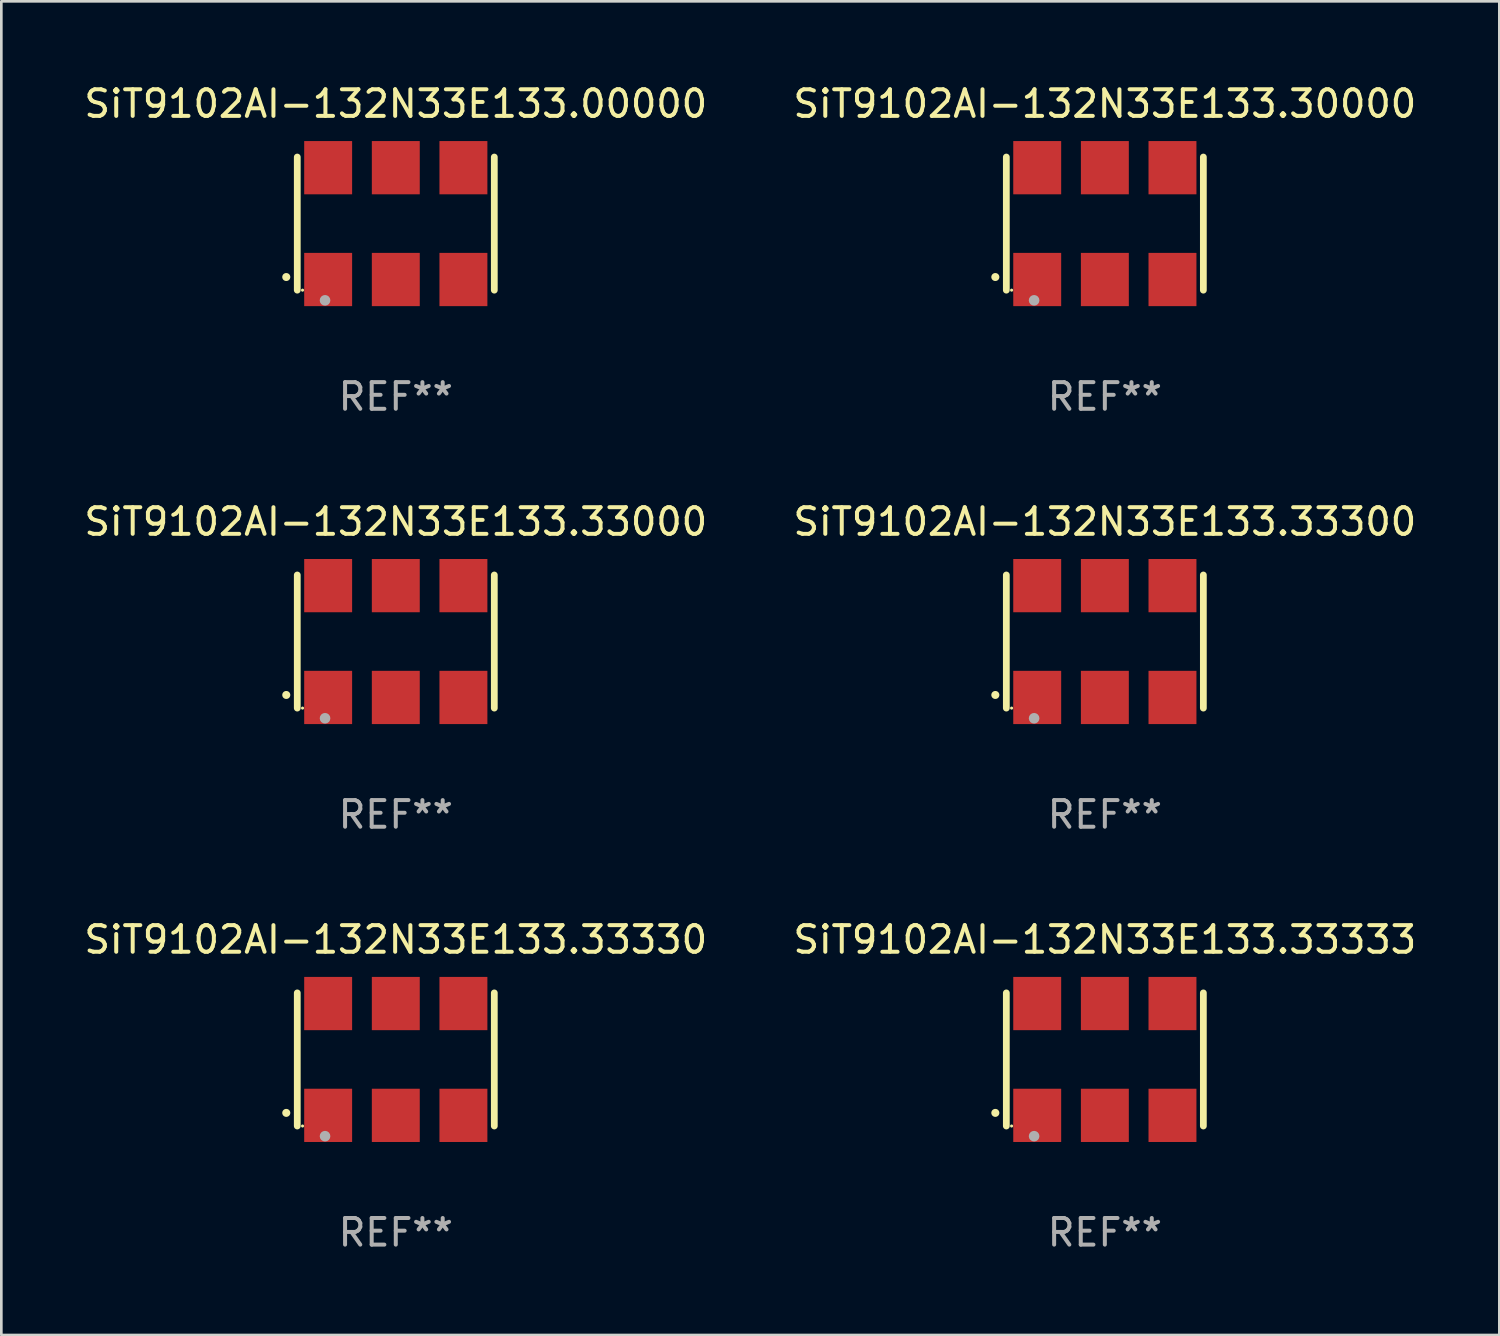
<source format=kicad_pcb>
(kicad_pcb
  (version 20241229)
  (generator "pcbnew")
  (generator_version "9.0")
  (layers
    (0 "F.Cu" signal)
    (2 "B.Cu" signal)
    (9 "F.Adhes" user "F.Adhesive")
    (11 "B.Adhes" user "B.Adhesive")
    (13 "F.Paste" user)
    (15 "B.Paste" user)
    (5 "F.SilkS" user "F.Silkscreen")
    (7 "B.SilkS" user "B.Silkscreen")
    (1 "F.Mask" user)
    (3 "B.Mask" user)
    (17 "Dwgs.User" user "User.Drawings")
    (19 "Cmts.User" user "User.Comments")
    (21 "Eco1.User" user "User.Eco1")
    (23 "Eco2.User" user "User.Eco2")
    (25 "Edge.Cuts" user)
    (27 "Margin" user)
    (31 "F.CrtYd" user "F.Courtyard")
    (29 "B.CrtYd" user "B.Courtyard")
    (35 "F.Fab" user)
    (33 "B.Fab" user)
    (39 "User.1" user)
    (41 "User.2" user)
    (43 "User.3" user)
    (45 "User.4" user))
  (footprint "SiT9102AI-132N33E133.33300"
    (layer "F.Cu")
    (at 38.446 21.045)
    (property "Reference" "SiT9102AI-132N33E133.33300" (at 0 -4.5 0) (layer "F.SilkS") (effects (font (size 1 1) (thickness 0.15))))
    (attr through_hole)
    (fp_line (start -3.7 -2.5) (end -3.7 2.5) (stroke (width 0.254) (type solid)) (layer "F.SilkS"))
    (fp_line (start 3.7 -2.5) (end 3.7 2.5) (stroke (width 0.254) (type solid)) (layer "F.SilkS"))
    (fp_arc (start -4.114415 2.006604) (mid -4.113145 2.006599) (end -4.111875 2.006604) (stroke (width 0.3) (type solid)) (layer "F.SilkS"))
    (fp_circle (center -3.502 2.5) (end -3.472 2.5) (stroke (width 0.06) (type solid)) (fill no) (layer "F.SilkS"))
    (fp_circle (center -2.657 2.882) (end -2.557 2.882) (stroke (width 0.2) (type solid)) (fill no) (layer "F.Fab"))
    (fp_text user "REF**" (at 0 6.5 0) (layer "F.Fab") (effects (font (size 1 1) (thickness 0.15))))
    (pad "1" smd rect (at -2.54 2.1) (size 1.8 2) (layers "F.Cu" "F.Mask" "F.Paste"))
    (pad "2" smd rect (at 0.000394 2.1) (size 1.8 2) (layers "F.Cu" "F.Mask" "F.Paste"))
    (pad "3" smd rect (at 2.54 2.1) (size 1.8 2) (layers "F.Cu" "F.Mask" "F.Paste"))
    (pad "4" smd rect (at 2.54 -2.1) (size 1.8 2) (layers "F.Cu" "F.Mask" "F.Paste"))
    (pad "5" smd rect (at 0.000394 -2.1) (size 1.8 2) (layers "F.Cu" "F.Mask" "F.Paste"))
    (pad "6" smd rect (at -2.54 -2.1) (size 1.8 2) (layers "F.Cu" "F.Mask" "F.Paste")))
  (footprint "SiT9102AI-132N33E133.33330"
    (layer "F.Cu")
    (at 11.815 36.741)
    (property "Reference" "SiT9102AI-132N33E133.33330" (at 0 -4.5 0) (layer "F.SilkS") (effects (font (size 1 1) (thickness 0.15))))
    (attr through_hole)
    (fp_line (start -3.7 -2.5) (end -3.7 2.5) (stroke (width 0.254) (type solid)) (layer "F.SilkS"))
    (fp_line (start 3.7 -2.5) (end 3.7 2.5) (stroke (width 0.254) (type solid)) (layer "F.SilkS"))
    (fp_arc (start -4.114415 2.006604) (mid -4.113145 2.006599) (end -4.111875 2.006604) (stroke (width 0.3) (type solid)) (layer "F.SilkS"))
    (fp_circle (center -3.502 2.5) (end -3.472 2.5) (stroke (width 0.06) (type solid)) (fill no) (layer "F.SilkS"))
    (fp_circle (center -2.657 2.882) (end -2.557 2.882) (stroke (width 0.2) (type solid)) (fill no) (layer "F.Fab"))
    (fp_text user "REF**" (at 0 6.5 0) (layer "F.Fab") (effects (font (size 1 1) (thickness 0.15))))
    (pad "1" smd rect (at -2.54 2.1) (size 1.8 2) (layers "F.Cu" "F.Mask" "F.Paste"))
    (pad "2" smd rect (at 0.000394 2.1) (size 1.8 2) (layers "F.Cu" "F.Mask" "F.Paste"))
    (pad "3" smd rect (at 2.54 2.1) (size 1.8 2) (layers "F.Cu" "F.Mask" "F.Paste"))
    (pad "4" smd rect (at 2.54 -2.1) (size 1.8 2) (layers "F.Cu" "F.Mask" "F.Paste"))
    (pad "5" smd rect (at 0.000394 -2.1) (size 1.8 2) (layers "F.Cu" "F.Mask" "F.Paste"))
    (pad "6" smd rect (at -2.54 -2.1) (size 1.8 2) (layers "F.Cu" "F.Mask" "F.Paste")))
  (footprint "SiT9102AI-132N33E133.33000"
    (layer "F.Cu")
    (at 11.815 21.045)
    (property "Reference" "SiT9102AI-132N33E133.33000" (at 0 -4.5 0) (layer "F.SilkS") (effects (font (size 1 1) (thickness 0.15))))
    (attr through_hole)
    (fp_line (start -3.7 -2.5) (end -3.7 2.5) (stroke (width 0.254) (type solid)) (layer "F.SilkS"))
    (fp_line (start 3.7 -2.5) (end 3.7 2.5) (stroke (width 0.254) (type solid)) (layer "F.SilkS"))
    (fp_arc (start -4.114415 2.006604) (mid -4.113145 2.006599) (end -4.111875 2.006604) (stroke (width 0.3) (type solid)) (layer "F.SilkS"))
    (fp_circle (center -3.502 2.5) (end -3.472 2.5) (stroke (width 0.06) (type solid)) (fill no) (layer "F.SilkS"))
    (fp_circle (center -2.657 2.882) (end -2.557 2.882) (stroke (width 0.2) (type solid)) (fill no) (layer "F.Fab"))
    (fp_text user "REF**" (at 0 6.5 0) (layer "F.Fab") (effects (font (size 1 1) (thickness 0.15))))
    (pad "1" smd rect (at -2.54 2.1) (size 1.8 2) (layers "F.Cu" "F.Mask" "F.Paste"))
    (pad "2" smd rect (at 0.000394 2.1) (size 1.8 2) (layers "F.Cu" "F.Mask" "F.Paste"))
    (pad "3" smd rect (at 2.54 2.1) (size 1.8 2) (layers "F.Cu" "F.Mask" "F.Paste"))
    (pad "4" smd rect (at 2.54 -2.1) (size 1.8 2) (layers "F.Cu" "F.Mask" "F.Paste"))
    (pad "5" smd rect (at 0.000394 -2.1) (size 1.8 2) (layers "F.Cu" "F.Mask" "F.Paste"))
    (pad "6" smd rect (at -2.54 -2.1) (size 1.8 2) (layers "F.Cu" "F.Mask" "F.Paste")))
  (footprint "SiT9102AI-132N33E133.00000"
    (layer "F.Cu")
    (at 11.815 5.348)
    (property "Reference" "SiT9102AI-132N33E133.00000" (at 0 -4.5 0) (layer "F.SilkS") (effects (font (size 1 1) (thickness 0.15))))
    (attr through_hole)
    (fp_line (start -3.7 -2.5) (end -3.7 2.5) (stroke (width 0.254) (type solid)) (layer "F.SilkS"))
    (fp_line (start 3.7 -2.5) (end 3.7 2.5) (stroke (width 0.254) (type solid)) (layer "F.SilkS"))
    (fp_arc (start -4.114415 2.006604) (mid -4.113145 2.006599) (end -4.111875 2.006604) (stroke (width 0.3) (type solid)) (layer "F.SilkS"))
    (fp_circle (center -3.502 2.5) (end -3.472 2.5) (stroke (width 0.06) (type solid)) (fill no) (layer "F.SilkS"))
    (fp_circle (center -2.657 2.882) (end -2.557 2.882) (stroke (width 0.2) (type solid)) (fill no) (layer "F.Fab"))
    (fp_text user "REF**" (at 0 6.5 0) (layer "F.Fab") (effects (font (size 1 1) (thickness 0.15))))
    (pad "1" smd rect (at -2.54 2.1) (size 1.8 2) (layers "F.Cu" "F.Mask" "F.Paste"))
    (pad "2" smd rect (at 0.000394 2.1) (size 1.8 2) (layers "F.Cu" "F.Mask" "F.Paste"))
    (pad "3" smd rect (at 2.54 2.1) (size 1.8 2) (layers "F.Cu" "F.Mask" "F.Paste"))
    (pad "4" smd rect (at 2.54 -2.1) (size 1.8 2) (layers "F.Cu" "F.Mask" "F.Paste"))
    (pad "5" smd rect (at 0.000394 -2.1) (size 1.8 2) (layers "F.Cu" "F.Mask" "F.Paste"))
    (pad "6" smd rect (at -2.54 -2.1) (size 1.8 2) (layers "F.Cu" "F.Mask" "F.Paste")))
  (footprint "SiT9102AI-132N33E133.33333"
    (layer "F.Cu")
    (at 38.446 36.741)
    (property "Reference" "SiT9102AI-132N33E133.33333" (at 0 -4.5 0) (layer "F.SilkS") (effects (font (size 1 1) (thickness 0.15))))
    (attr through_hole)
    (fp_line (start -3.7 -2.5) (end -3.7 2.5) (stroke (width 0.254) (type solid)) (layer "F.SilkS"))
    (fp_line (start 3.7 -2.5) (end 3.7 2.5) (stroke (width 0.254) (type solid)) (layer "F.SilkS"))
    (fp_arc (start -4.114415 2.006604) (mid -4.113145 2.006599) (end -4.111875 2.006604) (stroke (width 0.3) (type solid)) (layer "F.SilkS"))
    (fp_circle (center -3.502 2.5) (end -3.472 2.5) (stroke (width 0.06) (type solid)) (fill no) (layer "F.SilkS"))
    (fp_circle (center -2.657 2.882) (end -2.557 2.882) (stroke (width 0.2) (type solid)) (fill no) (layer "F.Fab"))
    (fp_text user "REF**" (at 0 6.5 0) (layer "F.Fab") (effects (font (size 1 1) (thickness 0.15))))
    (pad "1" smd rect (at -2.54 2.1) (size 1.8 2) (layers "F.Cu" "F.Mask" "F.Paste"))
    (pad "2" smd rect (at 0.000394 2.1) (size 1.8 2) (layers "F.Cu" "F.Mask" "F.Paste"))
    (pad "3" smd rect (at 2.54 2.1) (size 1.8 2) (layers "F.Cu" "F.Mask" "F.Paste"))
    (pad "4" smd rect (at 2.54 -2.1) (size 1.8 2) (layers "F.Cu" "F.Mask" "F.Paste"))
    (pad "5" smd rect (at 0.000394 -2.1) (size 1.8 2) (layers "F.Cu" "F.Mask" "F.Paste"))
    (pad "6" smd rect (at -2.54 -2.1) (size 1.8 2) (layers "F.Cu" "F.Mask" "F.Paste")))
  (footprint "SiT9102AI-132N33E133.30000"
    (layer "F.Cu")
    (at 38.446 5.348)
    (property "Reference" "SiT9102AI-132N33E133.30000" (at 0 -4.5 0) (layer "F.SilkS") (effects (font (size 1 1) (thickness 0.15))))
    (attr through_hole)
    (fp_line (start -3.7 -2.5) (end -3.7 2.5) (stroke (width 0.254) (type solid)) (layer "F.SilkS"))
    (fp_line (start 3.7 -2.5) (end 3.7 2.5) (stroke (width 0.254) (type solid)) (layer "F.SilkS"))
    (fp_arc (start -4.114415 2.006604) (mid -4.113145 2.006599) (end -4.111875 2.006604) (stroke (width 0.3) (type solid)) (layer "F.SilkS"))
    (fp_circle (center -3.502 2.5) (end -3.472 2.5) (stroke (width 0.06) (type solid)) (fill no) (layer "F.SilkS"))
    (fp_circle (center -2.657 2.882) (end -2.557 2.882) (stroke (width 0.2) (type solid)) (fill no) (layer "F.Fab"))
    (fp_text user "REF**" (at 0 6.5 0) (layer "F.Fab") (effects (font (size 1 1) (thickness 0.15))))
    (pad "1" smd rect (at -2.54 2.1) (size 1.8 2) (layers "F.Cu" "F.Mask" "F.Paste"))
    (pad "2" smd rect (at 0.000394 2.1) (size 1.8 2) (layers "F.Cu" "F.Mask" "F.Paste"))
    (pad "3" smd rect (at 2.54 2.1) (size 1.8 2) (layers "F.Cu" "F.Mask" "F.Paste"))
    (pad "4" smd rect (at 2.54 -2.1) (size 1.8 2) (layers "F.Cu" "F.Mask" "F.Paste"))
    (pad "5" smd rect (at 0.000394 -2.1) (size 1.8 2) (layers "F.Cu" "F.Mask" "F.Paste"))
    (pad "6" smd rect (at -2.54 -2.1) (size 1.8 2) (layers "F.Cu" "F.Mask" "F.Paste")))
  (gr_rect
    (start -3 -3)
    (end 53.262 47.09)
    (stroke (width 0.1) (type default))
    (fill no)
    (layer "Edge.Cuts")))
</source>
